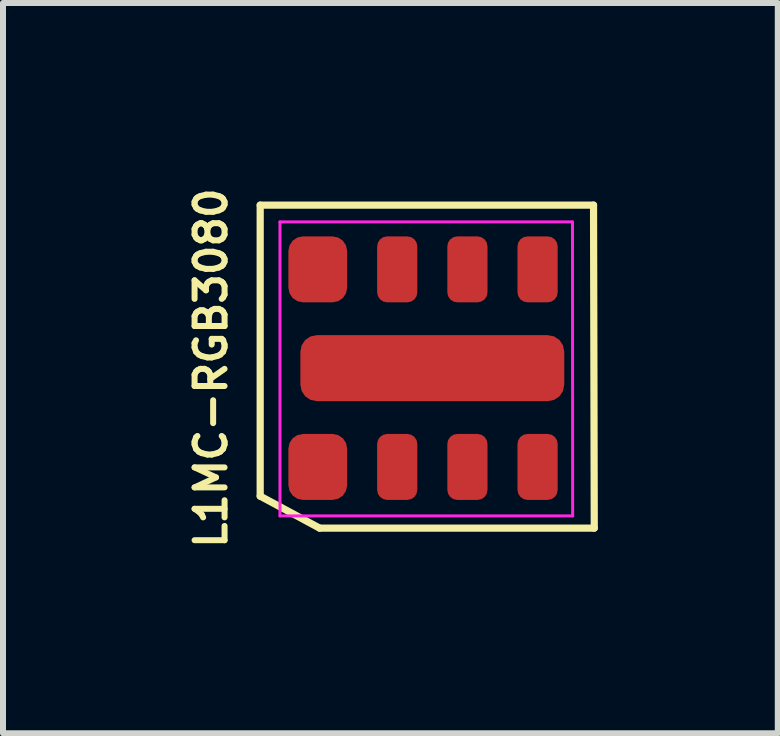
<source format=kicad_pcb>
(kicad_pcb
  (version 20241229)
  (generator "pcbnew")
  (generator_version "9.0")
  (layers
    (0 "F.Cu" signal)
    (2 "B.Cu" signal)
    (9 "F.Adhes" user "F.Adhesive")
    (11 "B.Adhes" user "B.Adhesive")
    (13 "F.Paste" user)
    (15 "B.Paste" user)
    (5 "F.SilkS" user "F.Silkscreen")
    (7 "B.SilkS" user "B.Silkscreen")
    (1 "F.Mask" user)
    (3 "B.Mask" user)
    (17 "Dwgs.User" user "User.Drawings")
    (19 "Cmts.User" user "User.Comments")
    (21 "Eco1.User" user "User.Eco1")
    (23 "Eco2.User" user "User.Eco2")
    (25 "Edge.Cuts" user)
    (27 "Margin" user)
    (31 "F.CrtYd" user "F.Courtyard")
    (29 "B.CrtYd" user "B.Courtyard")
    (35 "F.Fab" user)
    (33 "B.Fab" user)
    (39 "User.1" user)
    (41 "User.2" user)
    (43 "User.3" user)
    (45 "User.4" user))
  (footprint "L1MC-RGB3080"
    (layer "F.Cu")
    (at 4.158 3.088)
    (property "Reference" "L1MC-RGB3080" (at -3.69 0 90) (layer "F.SilkS") (effects (font (size 0.5 0.5) (thickness 0.1))))
    (attr smd)
    (fp_line (start -2.87 -2.718) (end 2.688 -2.718) (stroke (width 0.12) (type solid)) (layer "F.SilkS"))
    (fp_line (start -2.87 2.134) (end -2.87 -2.718) (stroke (width 0.12) (type solid)) (layer "F.SilkS"))
    (fp_line (start -1.88 2.667) (end -2.87 2.134) (stroke (width 0.12) (type solid)) (layer "F.SilkS"))
    (fp_line (start 2.688 -2.718) (end 2.7 2.667) (stroke (width 0.12) (type solid)) (layer "F.SilkS"))
    (fp_line (start 2.7 2.667) (end -1.88 2.667) (stroke (width 0.12) (type solid)) (layer "F.SilkS"))
    (fp_line (start -2.54 -2.438) (end 2.337 -2.438) (stroke (width 0.05) (type solid)) (layer "F.CrtYd"))
    (fp_line (start -2.54 2.464) (end -2.54 -2.438) (stroke (width 0.05) (type solid)) (layer "F.CrtYd"))
    (fp_line (start 2.337 -2.438) (end 2.34 2.464) (stroke (width 0.05) (type solid)) (layer "F.CrtYd"))
    (fp_line (start 2.34 2.464) (end -2.54 2.464) (stroke (width 0.05) (type solid)) (layer "F.CrtYd"))
    (pad "1" smd roundrect (at 1.755 -1.647) (size 0.67 1.1) (layers "F.Cu" "F.Mask" "F.Paste") (roundrect_rratio 0.25))
    (pad "2" smd roundrect (at 1.755 1.647) (size 0.67 1.1) (layers "F.Cu" "F.Mask" "F.Paste") (roundrect_rratio 0.25))
    (pad "3" smd roundrect (at 0.585 -1.647) (size 0.67 1.1) (layers "F.Cu" "F.Mask" "F.Paste") (roundrect_rratio 0.25))
    (pad "4" smd roundrect (at 0.585 1.647) (size 0.67 1.1) (layers "F.Cu" "F.Mask" "F.Paste") (roundrect_rratio 0.25))
    (pad "5" smd roundrect (at -0.585 -1.647) (size 0.67 1.1) (layers "F.Cu" "F.Mask" "F.Paste") (roundrect_rratio 0.25))
    (pad "6" smd roundrect (at -0.585 1.647) (size 0.67 1.1) (layers "F.Cu" "F.Mask" "F.Paste") (roundrect_rratio 0.25))
    (pad "7" smd roundrect (at -1.91 -1.647) (size 0.98 1.1) (layers "F.Cu" "F.Mask" "F.Paste") (roundrect_rratio 0.25))
    (pad "8" smd roundrect (at -1.91 1.647) (size 0.98 1.1) (layers "F.Cu" "F.Mask" "F.Paste") (roundrect_rratio 0.25))
    (pad "9" smd roundrect (at 0 0) (size 4.4 1.1) (layers "F.Cu" "F.Mask" "F.Paste") (roundrect_rratio 0.25)))
  (gr_rect
    (start -3 -3)
    (end 9.918 9.176)
    (stroke (width 0.1) (type default))
    (fill no)
    (layer "Edge.Cuts")))
</source>
